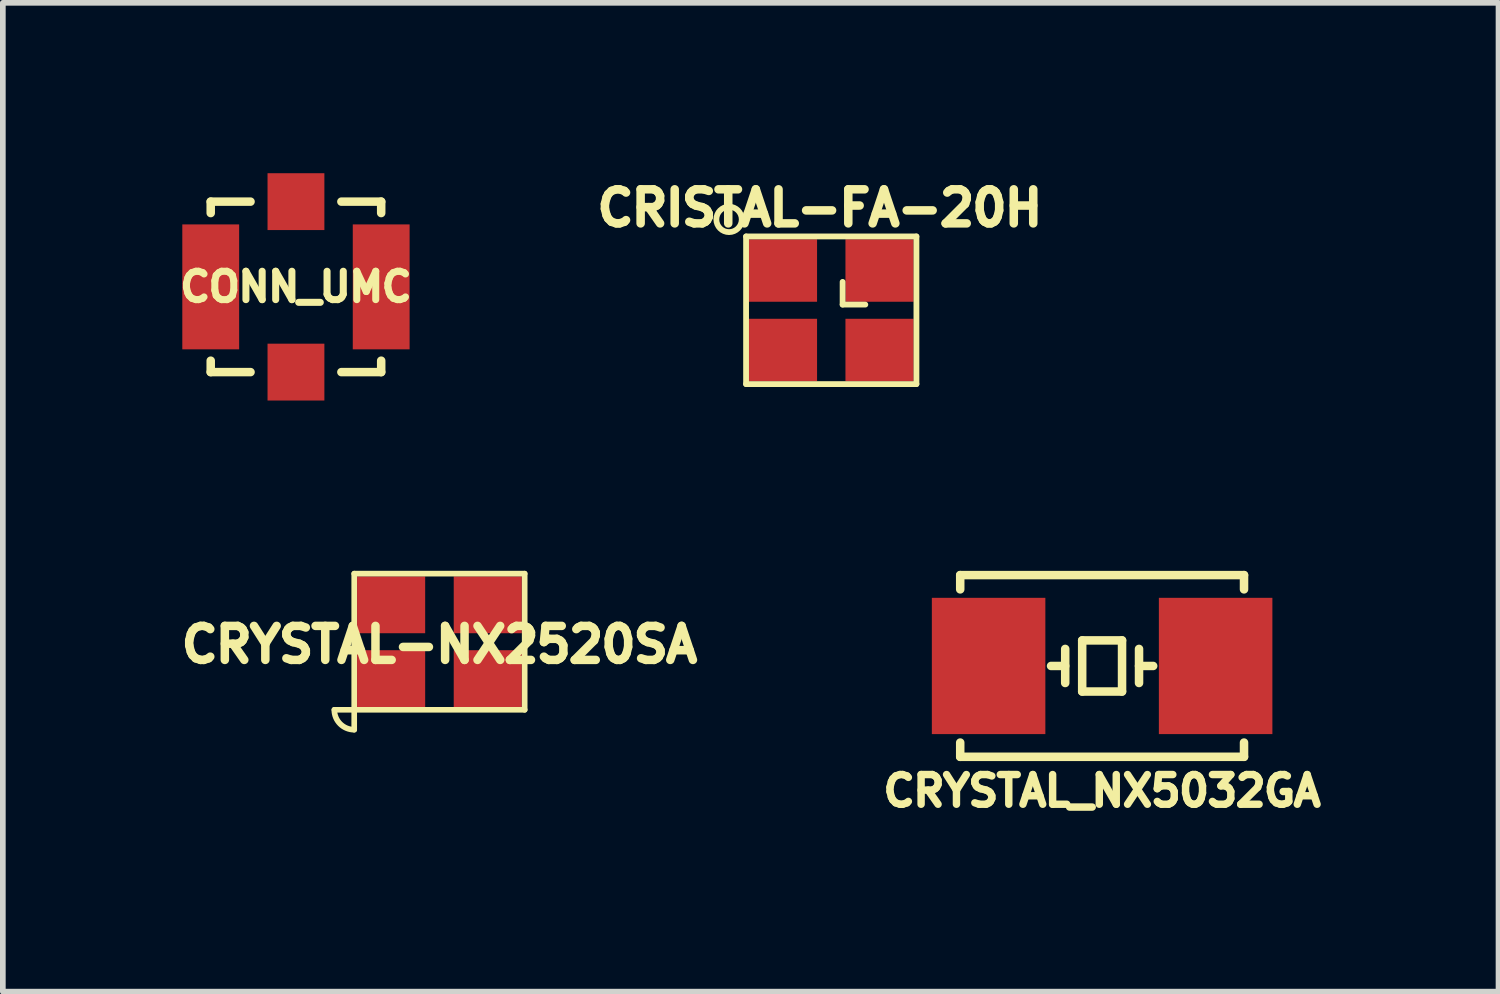
<source format=kicad_pcb>
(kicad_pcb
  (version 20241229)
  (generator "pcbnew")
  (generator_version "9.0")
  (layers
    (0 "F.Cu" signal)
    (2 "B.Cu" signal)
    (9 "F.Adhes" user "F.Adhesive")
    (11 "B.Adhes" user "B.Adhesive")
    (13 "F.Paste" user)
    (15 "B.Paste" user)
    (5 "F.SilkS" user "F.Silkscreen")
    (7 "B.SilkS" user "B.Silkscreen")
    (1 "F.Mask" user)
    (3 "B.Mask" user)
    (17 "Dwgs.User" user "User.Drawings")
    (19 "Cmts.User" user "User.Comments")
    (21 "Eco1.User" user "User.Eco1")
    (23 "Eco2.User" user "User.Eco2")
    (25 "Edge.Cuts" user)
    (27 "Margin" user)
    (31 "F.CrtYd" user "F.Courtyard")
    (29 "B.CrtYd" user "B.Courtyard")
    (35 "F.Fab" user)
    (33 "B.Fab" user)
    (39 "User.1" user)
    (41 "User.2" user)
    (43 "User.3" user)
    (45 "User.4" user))
  (footprint "CRISTAL-FA-20H"
    (layer "F.Cu")
    (at 11.589 2.414)
    (property "Reference" "CRISTAL-FA-20H" (at -0.2 -1.8 0) (layer "F.SilkS") (effects (font (size 0.6 0.6) (thickness 0.15))))
    (attr through_hole)
    (fp_line (start -1.5 -1.3) (end 1.5 -1.3) (stroke (width 0.102) (type solid)) (layer "F.SilkS"))
    (fp_line (start -1.5 1.3) (end -1.5 -1.3) (stroke (width 0.102) (type solid)) (layer "F.SilkS"))
    (fp_line (start 0.2 -0.5) (end 0.2 -0.1) (stroke (width 0.102) (type solid)) (layer "F.SilkS"))
    (fp_line (start 0.2 -0.1) (end 0.6 -0.1) (stroke (width 0.102) (type solid)) (layer "F.SilkS"))
    (fp_line (start 1.5 -1.3) (end 1.5 1.3) (stroke (width 0.102) (type solid)) (layer "F.SilkS"))
    (fp_line (start 1.5 1.3) (end -1.5 1.3) (stroke (width 0.102) (type solid)) (layer "F.SilkS"))
    (fp_circle (center -1.8 -1.6) (end -1.6 -1.5) (stroke (width 0.102) (type solid)) (fill no) (layer "F.SilkS"))
    (pad "1" smd rect (at -0.85 0.7) (size 1.2 1.1) (layers "F.Cu" "F.Mask" "F.Paste"))
    (pad "2" smd rect (at 0.85 0.7) (size 1.2 1.1) (layers "F.Cu" "F.Mask" "F.Paste"))
    (pad "3" smd rect (at 0.85 -0.7) (size 1.2 1.1) (layers "F.Cu" "F.Mask" "F.Paste"))
    (pad "4" smd rect (at -0.85 -0.7) (size 1.2 1.1) (layers "F.Cu" "F.Mask" "F.Paste")))
  (footprint "CRYSTAL_NX5032GA"
    (layer "F.Cu")
    (at 16.359 8.678)
    (property "Reference" "CRYSTAL_NX5032GA" (at 0 2.2 0) (layer "F.SilkS") (effects (font (size 0.523 0.523) (thickness 0.132))))
    (attr through_hole)
    (fp_line (start -2.499 -1.6) (end -2.499 -1.349) (stroke (width 0.15) (type solid)) (layer "F.SilkS"))
    (fp_line (start -2.499 -1.6) (end 2.499 -1.6) (stroke (width 0.15) (type solid)) (layer "F.SilkS"))
    (fp_line (start -2.499 1.6) (end -2.499 1.349) (stroke (width 0.15) (type solid)) (layer "F.SilkS"))
    (fp_line (start -0.65 0) (end -0.899 0) (stroke (width 0.15) (type solid)) (layer "F.SilkS"))
    (fp_line (start -0.65 0.3) (end -0.65 -0.3) (stroke (width 0.15) (type solid)) (layer "F.SilkS"))
    (fp_line (start -0.351 -0.45) (end -0.351 0.45) (stroke (width 0.15) (type solid)) (layer "F.SilkS"))
    (fp_line (start -0.351 0.45) (end 0.351 0.45) (stroke (width 0.15) (type solid)) (layer "F.SilkS"))
    (fp_line (start 0.351 -0.45) (end -0.351 -0.45) (stroke (width 0.15) (type solid)) (layer "F.SilkS"))
    (fp_line (start 0.351 0.45) (end 0.351 -0.45) (stroke (width 0.15) (type solid)) (layer "F.SilkS"))
    (fp_line (start 0.65 -0.3) (end 0.65 0.3) (stroke (width 0.15) (type solid)) (layer "F.SilkS"))
    (fp_line (start 0.65 0) (end 0.899 0) (stroke (width 0.15) (type solid)) (layer "F.SilkS"))
    (fp_line (start 2.499 -1.6) (end 2.499 -1.349) (stroke (width 0.15) (type solid)) (layer "F.SilkS"))
    (fp_line (start 2.499 1.6) (end -2.499 1.6) (stroke (width 0.15) (type solid)) (layer "F.SilkS"))
    (fp_line (start 2.499 1.6) (end 2.499 1.349) (stroke (width 0.15) (type solid)) (layer "F.SilkS"))
    (pad "1" smd rect (at -1.999 0) (size 1.999 2.4) (layers "F.Cu" "F.Mask" "F.Paste"))
    (pad "2" smd rect (at 1.999 0) (size 1.999 2.4) (layers "F.Cu" "F.Mask" "F.Paste")))
  (footprint "CRYSTAL-NX2520SA"
    (layer "F.Cu")
    (at 4.689 8.251)
    (property "Reference" "CRYSTAL-NX2520SA" (at 0 0.051 0) (layer "F.SilkS") (effects (font (size 0.599 0.599) (thickness 0.15))))
    (attr through_hole)
    (fp_line (start -1.849 1.199) (end -1.501 1.199) (stroke (width 0.099) (type solid)) (layer "F.SilkS"))
    (fp_line (start -1.501 -1.199) (end 1.501 -1.199) (stroke (width 0.099) (type solid)) (layer "F.SilkS"))
    (fp_line (start -1.501 1.199) (end -1.501 -1.199) (stroke (width 0.099) (type solid)) (layer "F.SilkS"))
    (fp_line (start -1.501 1.199) (end -1.501 1.549) (stroke (width 0.099) (type solid)) (layer "F.SilkS"))
    (fp_line (start 1.501 -1.199) (end 1.501 1.199) (stroke (width 0.099) (type solid)) (layer "F.SilkS"))
    (fp_line (start 1.501 1.199) (end -1.501 1.199) (stroke (width 0.099) (type solid)) (layer "F.SilkS"))
    (fp_arc (start -1.50114 1.5494) (mid -1.748995 1.446735) (end -1.85166 1.19888) (stroke (width 0.09906) (type solid)) (layer "F.SilkS"))
    (pad "1" smd rect (at -0.851 0.65) (size 1.199 1.001) (layers "F.Cu" "F.Mask" "F.Paste"))
    (pad "2" smd rect (at 0.851 0.65) (size 1.199 1.001) (layers "F.Cu" "F.Mask" "F.Paste"))
    (pad "3" smd rect (at 0.851 -0.65) (size 1.199 1.001) (layers "F.Cu" "F.Mask" "F.Paste"))
    (pad "4" smd rect (at -0.851 -0.65) (size 1.199 1.001) (layers "F.Cu" "F.Mask" "F.Paste")))
  (footprint "CONN_UMC"
    (layer "F.Cu")
    (at 2.162 2.002)
    (property "Reference" "CONN_UMC" (at 0 0 0) (layer "F.SilkS") (effects (font (size 0.5 0.5) (thickness 0.124))))
    (attr through_hole)
    (fp_line (start -1.501 -1.501) (end -1.501 -1.3) (stroke (width 0.15) (type solid)) (layer "F.SilkS"))
    (fp_line (start -1.501 -1.501) (end -0.8 -1.501) (stroke (width 0.15) (type solid)) (layer "F.SilkS"))
    (fp_line (start -1.501 1.501) (end -1.501 1.3) (stroke (width 0.15) (type solid)) (layer "F.SilkS"))
    (fp_line (start -0.8 1.501) (end -1.501 1.501) (stroke (width 0.15) (type solid)) (layer "F.SilkS"))
    (fp_line (start 0.8 -1.501) (end 1.501 -1.501) (stroke (width 0.15) (type solid)) (layer "F.SilkS"))
    (fp_line (start 0.8 1.501) (end 1.501 1.501) (stroke (width 0.15) (type solid)) (layer "F.SilkS"))
    (fp_line (start 1.501 -1.501) (end 1.501 -1.3) (stroke (width 0.15) (type solid)) (layer "F.SilkS"))
    (fp_line (start 1.501 1.501) (end 1.501 1.3) (stroke (width 0.15) (type solid)) (layer "F.SilkS"))
    (pad "1" smd rect (at 0 -1.501) (size 1.001 1.001) (layers "F.Cu" "F.Mask" "F.Paste"))
    (pad "1" smd rect (at 0 1.501) (size 1.001 1.001) (layers "F.Cu" "F.Mask" "F.Paste"))
    (pad "2" smd rect (at -1.501 0) (size 1.001 2.2) (layers "F.Cu" "F.Mask" "F.Paste"))
    (pad "2" smd rect (at 1.501 0) (size 1.001 2.2) (layers "F.Cu" "F.Mask" "F.Paste")))
  (gr_rect
    (start -3 -3)
    (end 23.34 14.413)
    (stroke (width 0.1) (type default))
    (fill no)
    (layer "Edge.Cuts")))
</source>
